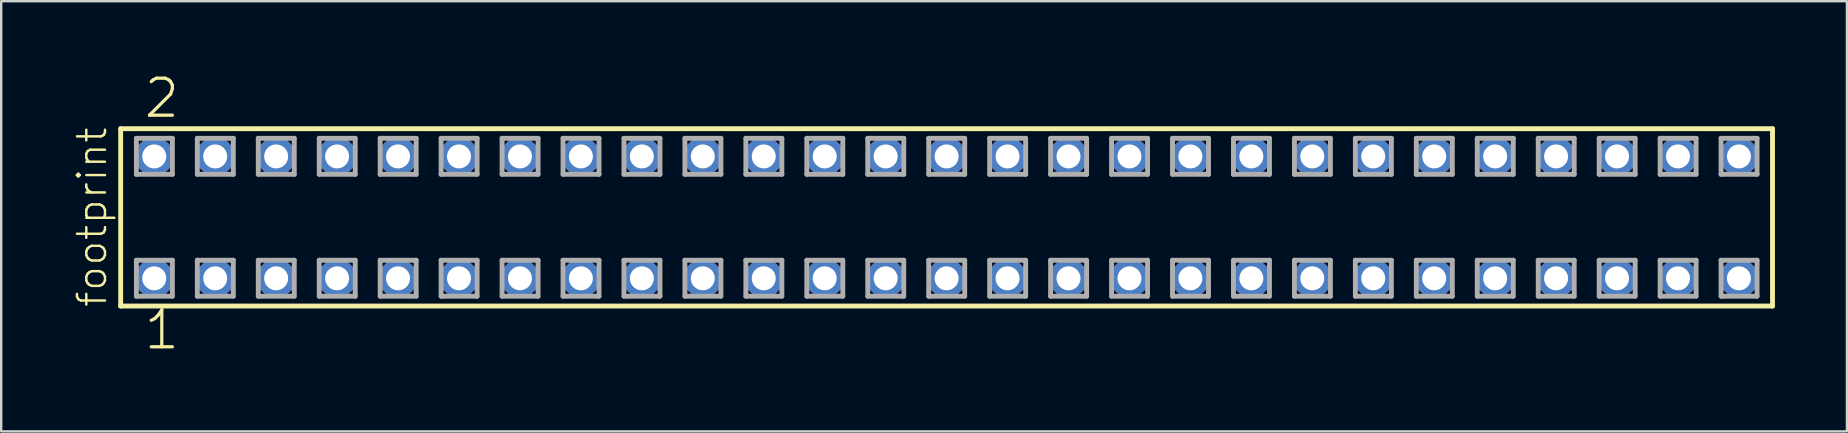
<source format=kicad_pcb>
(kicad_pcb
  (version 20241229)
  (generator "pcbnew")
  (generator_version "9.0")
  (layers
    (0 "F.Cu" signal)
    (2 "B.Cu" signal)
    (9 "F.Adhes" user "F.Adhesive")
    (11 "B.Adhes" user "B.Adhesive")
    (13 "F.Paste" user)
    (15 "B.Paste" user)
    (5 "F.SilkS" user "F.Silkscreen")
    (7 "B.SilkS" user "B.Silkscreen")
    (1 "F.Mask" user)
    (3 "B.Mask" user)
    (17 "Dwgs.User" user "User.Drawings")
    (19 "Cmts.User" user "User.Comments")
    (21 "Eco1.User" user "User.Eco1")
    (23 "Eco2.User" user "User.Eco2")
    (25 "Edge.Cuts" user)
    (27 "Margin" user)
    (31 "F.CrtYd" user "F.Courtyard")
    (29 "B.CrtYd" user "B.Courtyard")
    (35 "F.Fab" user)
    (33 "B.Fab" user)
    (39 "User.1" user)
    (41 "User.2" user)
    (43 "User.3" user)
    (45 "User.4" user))
  (footprint "footprint"
    (layer "F.Cu")
    (at 36.398 6.009)
    (property "Reference" "footprint" (at -34.925 3.81 90) (layer "F.SilkS") (effects (font (size 1.168 1.168) (thickness 0.102)) (justify left bottom)))
    (fp_line (start -34.419 -3.695) (end 34.419 -3.695) (stroke (width 0.203) (type solid)) (layer "F.SilkS"))
    (fp_line (start -34.419 3.695) (end -34.419 -3.695) (stroke (width 0.203) (type solid)) (layer "F.SilkS"))
    (fp_line (start 34.419 -3.695) (end 34.419 3.695) (stroke (width 0.203) (type solid)) (layer "F.SilkS"))
    (fp_line (start 34.419 3.695) (end -34.419 3.695) (stroke (width 0.203) (type solid)) (layer "F.SilkS"))
    (fp_line (start -33.765 -3.295) (end -32.265 -3.295) (stroke (width 0.203) (type solid)) (layer "F.Fab"))
    (fp_line (start -33.765 -1.795) (end -33.765 -3.295) (stroke (width 0.203) (type solid)) (layer "F.Fab"))
    (fp_line (start -33.765 1.785) (end -32.265 1.785) (stroke (width 0.203) (type solid)) (layer "F.Fab"))
    (fp_line (start -33.765 3.285) (end -33.765 1.785) (stroke (width 0.203) (type solid)) (layer "F.Fab"))
    (fp_line (start -32.265 -3.295) (end -32.265 -1.795) (stroke (width 0.203) (type solid)) (layer "F.Fab"))
    (fp_line (start -32.265 -1.795) (end -33.765 -1.795) (stroke (width 0.203) (type solid)) (layer "F.Fab"))
    (fp_line (start -32.265 1.785) (end -32.265 3.285) (stroke (width 0.203) (type solid)) (layer "F.Fab"))
    (fp_line (start -32.265 3.285) (end -33.765 3.285) (stroke (width 0.203) (type solid)) (layer "F.Fab"))
    (fp_line (start -31.225 -3.295) (end -29.725 -3.295) (stroke (width 0.203) (type solid)) (layer "F.Fab"))
    (fp_line (start -31.225 -1.795) (end -31.225 -3.295) (stroke (width 0.203) (type solid)) (layer "F.Fab"))
    (fp_line (start -31.225 1.785) (end -29.725 1.785) (stroke (width 0.203) (type solid)) (layer "F.Fab"))
    (fp_line (start -31.225 3.285) (end -31.225 1.785) (stroke (width 0.203) (type solid)) (layer "F.Fab"))
    (fp_line (start -29.725 -3.295) (end -29.725 -1.795) (stroke (width 0.203) (type solid)) (layer "F.Fab"))
    (fp_line (start -29.725 -1.795) (end -31.225 -1.795) (stroke (width 0.203) (type solid)) (layer "F.Fab"))
    (fp_line (start -29.725 1.785) (end -29.725 3.285) (stroke (width 0.203) (type solid)) (layer "F.Fab"))
    (fp_line (start -29.725 3.285) (end -31.225 3.285) (stroke (width 0.203) (type solid)) (layer "F.Fab"))
    (fp_line (start -28.685 -3.295) (end -27.185 -3.295) (stroke (width 0.203) (type solid)) (layer "F.Fab"))
    (fp_line (start -28.685 -1.795) (end -28.685 -3.295) (stroke (width 0.203) (type solid)) (layer "F.Fab"))
    (fp_line (start -28.685 1.785) (end -27.185 1.785) (stroke (width 0.203) (type solid)) (layer "F.Fab"))
    (fp_line (start -28.685 3.285) (end -28.685 1.785) (stroke (width 0.203) (type solid)) (layer "F.Fab"))
    (fp_line (start -27.185 -3.295) (end -27.185 -1.795) (stroke (width 0.203) (type solid)) (layer "F.Fab"))
    (fp_line (start -27.185 -1.795) (end -28.685 -1.795) (stroke (width 0.203) (type solid)) (layer "F.Fab"))
    (fp_line (start -27.185 1.785) (end -27.185 3.285) (stroke (width 0.203) (type solid)) (layer "F.Fab"))
    (fp_line (start -27.185 3.285) (end -28.685 3.285) (stroke (width 0.203) (type solid)) (layer "F.Fab"))
    (fp_line (start -26.145 -3.295) (end -24.645 -3.295) (stroke (width 0.203) (type solid)) (layer "F.Fab"))
    (fp_line (start -26.145 -1.795) (end -26.145 -3.295) (stroke (width 0.203) (type solid)) (layer "F.Fab"))
    (fp_line (start -26.145 1.785) (end -24.645 1.785) (stroke (width 0.203) (type solid)) (layer "F.Fab"))
    (fp_line (start -26.145 3.285) (end -26.145 1.785) (stroke (width 0.203) (type solid)) (layer "F.Fab"))
    (fp_line (start -24.645 -3.295) (end -24.645 -1.795) (stroke (width 0.203) (type solid)) (layer "F.Fab"))
    (fp_line (start -24.645 -1.795) (end -26.145 -1.795) (stroke (width 0.203) (type solid)) (layer "F.Fab"))
    (fp_line (start -24.645 1.785) (end -24.645 3.285) (stroke (width 0.203) (type solid)) (layer "F.Fab"))
    (fp_line (start -24.645 3.285) (end -26.145 3.285) (stroke (width 0.203) (type solid)) (layer "F.Fab"))
    (fp_line (start -23.605 -3.295) (end -22.105 -3.295) (stroke (width 0.203) (type solid)) (layer "F.Fab"))
    (fp_line (start -23.605 -1.795) (end -23.605 -3.295) (stroke (width 0.203) (type solid)) (layer "F.Fab"))
    (fp_line (start -23.605 1.785) (end -22.105 1.785) (stroke (width 0.203) (type solid)) (layer "F.Fab"))
    (fp_line (start -23.605 3.285) (end -23.605 1.785) (stroke (width 0.203) (type solid)) (layer "F.Fab"))
    (fp_line (start -22.105 -3.295) (end -22.105 -1.795) (stroke (width 0.203) (type solid)) (layer "F.Fab"))
    (fp_line (start -22.105 -1.795) (end -23.605 -1.795) (stroke (width 0.203) (type solid)) (layer "F.Fab"))
    (fp_line (start -22.105 1.785) (end -22.105 3.285) (stroke (width 0.203) (type solid)) (layer "F.Fab"))
    (fp_line (start -22.105 3.285) (end -23.605 3.285) (stroke (width 0.203) (type solid)) (layer "F.Fab"))
    (fp_line (start -21.065 -3.295) (end -19.565 -3.295) (stroke (width 0.203) (type solid)) (layer "F.Fab"))
    (fp_line (start -21.065 -1.795) (end -21.065 -3.295) (stroke (width 0.203) (type solid)) (layer "F.Fab"))
    (fp_line (start -21.065 1.785) (end -19.565 1.785) (stroke (width 0.203) (type solid)) (layer "F.Fab"))
    (fp_line (start -21.065 3.285) (end -21.065 1.785) (stroke (width 0.203) (type solid)) (layer "F.Fab"))
    (fp_line (start -19.565 -3.295) (end -19.565 -1.795) (stroke (width 0.203) (type solid)) (layer "F.Fab"))
    (fp_line (start -19.565 -1.795) (end -21.065 -1.795) (stroke (width 0.203) (type solid)) (layer "F.Fab"))
    (fp_line (start -19.565 1.785) (end -19.565 3.285) (stroke (width 0.203) (type solid)) (layer "F.Fab"))
    (fp_line (start -19.565 3.285) (end -21.065 3.285) (stroke (width 0.203) (type solid)) (layer "F.Fab"))
    (fp_line (start -18.525 -3.295) (end -17.025 -3.295) (stroke (width 0.203) (type solid)) (layer "F.Fab"))
    (fp_line (start -18.525 -1.795) (end -18.525 -3.295) (stroke (width 0.203) (type solid)) (layer "F.Fab"))
    (fp_line (start -18.525 1.785) (end -17.025 1.785) (stroke (width 0.203) (type solid)) (layer "F.Fab"))
    (fp_line (start -18.525 3.285) (end -18.525 1.785) (stroke (width 0.203) (type solid)) (layer "F.Fab"))
    (fp_line (start -17.025 -3.295) (end -17.025 -1.795) (stroke (width 0.203) (type solid)) (layer "F.Fab"))
    (fp_line (start -17.025 -1.795) (end -18.525 -1.795) (stroke (width 0.203) (type solid)) (layer "F.Fab"))
    (fp_line (start -17.025 1.785) (end -17.025 3.285) (stroke (width 0.203) (type solid)) (layer "F.Fab"))
    (fp_line (start -17.025 3.285) (end -18.525 3.285) (stroke (width 0.203) (type solid)) (layer "F.Fab"))
    (fp_line (start -15.985 -3.295) (end -14.485 -3.295) (stroke (width 0.203) (type solid)) (layer "F.Fab"))
    (fp_line (start -15.985 -1.795) (end -15.985 -3.295) (stroke (width 0.203) (type solid)) (layer "F.Fab"))
    (fp_line (start -15.985 1.785) (end -14.485 1.785) (stroke (width 0.203) (type solid)) (layer "F.Fab"))
    (fp_line (start -15.985 3.285) (end -15.985 1.785) (stroke (width 0.203) (type solid)) (layer "F.Fab"))
    (fp_line (start -14.485 -3.295) (end -14.485 -1.795) (stroke (width 0.203) (type solid)) (layer "F.Fab"))
    (fp_line (start -14.485 -1.795) (end -15.985 -1.795) (stroke (width 0.203) (type solid)) (layer "F.Fab"))
    (fp_line (start -14.485 1.785) (end -14.485 3.285) (stroke (width 0.203) (type solid)) (layer "F.Fab"))
    (fp_line (start -14.485 3.285) (end -15.985 3.285) (stroke (width 0.203) (type solid)) (layer "F.Fab"))
    (fp_line (start -13.445 -3.295) (end -11.945 -3.295) (stroke (width 0.203) (type solid)) (layer "F.Fab"))
    (fp_line (start -13.445 -1.795) (end -13.445 -3.295) (stroke (width 0.203) (type solid)) (layer "F.Fab"))
    (fp_line (start -13.445 1.785) (end -11.945 1.785) (stroke (width 0.203) (type solid)) (layer "F.Fab"))
    (fp_line (start -13.445 3.285) (end -13.445 1.785) (stroke (width 0.203) (type solid)) (layer "F.Fab"))
    (fp_line (start -11.945 -3.295) (end -11.945 -1.795) (stroke (width 0.203) (type solid)) (layer "F.Fab"))
    (fp_line (start -11.945 -1.795) (end -13.445 -1.795) (stroke (width 0.203) (type solid)) (layer "F.Fab"))
    (fp_line (start -11.945 1.785) (end -11.945 3.285) (stroke (width 0.203) (type solid)) (layer "F.Fab"))
    (fp_line (start -11.945 3.285) (end -13.445 3.285) (stroke (width 0.203) (type solid)) (layer "F.Fab"))
    (fp_line (start -10.905 -3.295) (end -9.405 -3.295) (stroke (width 0.203) (type solid)) (layer "F.Fab"))
    (fp_line (start -10.905 -1.795) (end -10.905 -3.295) (stroke (width 0.203) (type solid)) (layer "F.Fab"))
    (fp_line (start -10.905 1.785) (end -9.405 1.785) (stroke (width 0.203) (type solid)) (layer "F.Fab"))
    (fp_line (start -10.905 3.285) (end -10.905 1.785) (stroke (width 0.203) (type solid)) (layer "F.Fab"))
    (fp_line (start -9.405 -3.295) (end -9.405 -1.795) (stroke (width 0.203) (type solid)) (layer "F.Fab"))
    (fp_line (start -9.405 -1.795) (end -10.905 -1.795) (stroke (width 0.203) (type solid)) (layer "F.Fab"))
    (fp_line (start -9.405 1.785) (end -9.405 3.285) (stroke (width 0.203) (type solid)) (layer "F.Fab"))
    (fp_line (start -9.405 3.285) (end -10.905 3.285) (stroke (width 0.203) (type solid)) (layer "F.Fab"))
    (fp_line (start -8.365 -3.295) (end -6.865 -3.295) (stroke (width 0.203) (type solid)) (layer "F.Fab"))
    (fp_line (start -8.365 -1.795) (end -8.365 -3.295) (stroke (width 0.203) (type solid)) (layer "F.Fab"))
    (fp_line (start -8.365 1.785) (end -6.865 1.785) (stroke (width 0.203) (type solid)) (layer "F.Fab"))
    (fp_line (start -8.365 3.285) (end -8.365 1.785) (stroke (width 0.203) (type solid)) (layer "F.Fab"))
    (fp_line (start -6.865 -3.295) (end -6.865 -1.795) (stroke (width 0.203) (type solid)) (layer "F.Fab"))
    (fp_line (start -6.865 -1.795) (end -8.365 -1.795) (stroke (width 0.203) (type solid)) (layer "F.Fab"))
    (fp_line (start -6.865 1.785) (end -6.865 3.285) (stroke (width 0.203) (type solid)) (layer "F.Fab"))
    (fp_line (start -6.865 3.285) (end -8.365 3.285) (stroke (width 0.203) (type solid)) (layer "F.Fab"))
    (fp_line (start -5.825 -3.295) (end -4.325 -3.295) (stroke (width 0.203) (type solid)) (layer "F.Fab"))
    (fp_line (start -5.825 -1.795) (end -5.825 -3.295) (stroke (width 0.203) (type solid)) (layer "F.Fab"))
    (fp_line (start -5.825 1.785) (end -4.325 1.785) (stroke (width 0.203) (type solid)) (layer "F.Fab"))
    (fp_line (start -5.825 3.285) (end -5.825 1.785) (stroke (width 0.203) (type solid)) (layer "F.Fab"))
    (fp_line (start -4.325 -3.295) (end -4.325 -1.795) (stroke (width 0.203) (type solid)) (layer "F.Fab"))
    (fp_line (start -4.325 -1.795) (end -5.825 -1.795) (stroke (width 0.203) (type solid)) (layer "F.Fab"))
    (fp_line (start -4.325 1.785) (end -4.325 3.285) (stroke (width 0.203) (type solid)) (layer "F.Fab"))
    (fp_line (start -4.325 3.285) (end -5.825 3.285) (stroke (width 0.203) (type solid)) (layer "F.Fab"))
    (fp_line (start -3.285 -3.295) (end -1.785 -3.295) (stroke (width 0.203) (type solid)) (layer "F.Fab"))
    (fp_line (start -3.285 -1.795) (end -3.285 -3.295) (stroke (width 0.203) (type solid)) (layer "F.Fab"))
    (fp_line (start -3.285 1.785) (end -1.785 1.785) (stroke (width 0.203) (type solid)) (layer "F.Fab"))
    (fp_line (start -3.285 3.285) (end -3.285 1.785) (stroke (width 0.203) (type solid)) (layer "F.Fab"))
    (fp_line (start -1.785 -3.295) (end -1.785 -1.795) (stroke (width 0.203) (type solid)) (layer "F.Fab"))
    (fp_line (start -1.785 -1.795) (end -3.285 -1.795) (stroke (width 0.203) (type solid)) (layer "F.Fab"))
    (fp_line (start -1.785 1.785) (end -1.785 3.285) (stroke (width 0.203) (type solid)) (layer "F.Fab"))
    (fp_line (start -1.785 3.285) (end -3.285 3.285) (stroke (width 0.203) (type solid)) (layer "F.Fab"))
    (fp_line (start -0.745 -3.295) (end 0.755 -3.295) (stroke (width 0.203) (type solid)) (layer "F.Fab"))
    (fp_line (start -0.745 -1.795) (end -0.745 -3.295) (stroke (width 0.203) (type solid)) (layer "F.Fab"))
    (fp_line (start -0.745 1.785) (end 0.755 1.785) (stroke (width 0.203) (type solid)) (layer "F.Fab"))
    (fp_line (start -0.745 3.285) (end -0.745 1.785) (stroke (width 0.203) (type solid)) (layer "F.Fab"))
    (fp_line (start 0.755 -3.295) (end 0.755 -1.795) (stroke (width 0.203) (type solid)) (layer "F.Fab"))
    (fp_line (start 0.755 -1.795) (end -0.745 -1.795) (stroke (width 0.203) (type solid)) (layer "F.Fab"))
    (fp_line (start 0.755 1.785) (end 0.755 3.285) (stroke (width 0.203) (type solid)) (layer "F.Fab"))
    (fp_line (start 0.755 3.285) (end -0.745 3.285) (stroke (width 0.203) (type solid)) (layer "F.Fab"))
    (fp_line (start 1.795 -3.295) (end 3.295 -3.295) (stroke (width 0.203) (type solid)) (layer "F.Fab"))
    (fp_line (start 1.795 -1.795) (end 1.795 -3.295) (stroke (width 0.203) (type solid)) (layer "F.Fab"))
    (fp_line (start 1.795 1.785) (end 3.295 1.785) (stroke (width 0.203) (type solid)) (layer "F.Fab"))
    (fp_line (start 1.795 3.285) (end 1.795 1.785) (stroke (width 0.203) (type solid)) (layer "F.Fab"))
    (fp_line (start 3.295 -3.295) (end 3.295 -1.795) (stroke (width 0.203) (type solid)) (layer "F.Fab"))
    (fp_line (start 3.295 -1.795) (end 1.795 -1.795) (stroke (width 0.203) (type solid)) (layer "F.Fab"))
    (fp_line (start 3.295 1.785) (end 3.295 3.285) (stroke (width 0.203) (type solid)) (layer "F.Fab"))
    (fp_line (start 3.295 3.285) (end 1.795 3.285) (stroke (width 0.203) (type solid)) (layer "F.Fab"))
    (fp_line (start 4.335 -3.295) (end 5.835 -3.295) (stroke (width 0.203) (type solid)) (layer "F.Fab"))
    (fp_line (start 4.335 -1.795) (end 4.335 -3.295) (stroke (width 0.203) (type solid)) (layer "F.Fab"))
    (fp_line (start 4.335 1.785) (end 5.835 1.785) (stroke (width 0.203) (type solid)) (layer "F.Fab"))
    (fp_line (start 4.335 3.285) (end 4.335 1.785) (stroke (width 0.203) (type solid)) (layer "F.Fab"))
    (fp_line (start 5.835 -3.295) (end 5.835 -1.795) (stroke (width 0.203) (type solid)) (layer "F.Fab"))
    (fp_line (start 5.835 -1.795) (end 4.335 -1.795) (stroke (width 0.203) (type solid)) (layer "F.Fab"))
    (fp_line (start 5.835 1.785) (end 5.835 3.285) (stroke (width 0.203) (type solid)) (layer "F.Fab"))
    (fp_line (start 5.835 3.285) (end 4.335 3.285) (stroke (width 0.203) (type solid)) (layer "F.Fab"))
    (fp_line (start 6.875 -3.295) (end 8.375 -3.295) (stroke (width 0.203) (type solid)) (layer "F.Fab"))
    (fp_line (start 6.875 -1.795) (end 6.875 -3.295) (stroke (width 0.203) (type solid)) (layer "F.Fab"))
    (fp_line (start 6.875 1.785) (end 8.375 1.785) (stroke (width 0.203) (type solid)) (layer "F.Fab"))
    (fp_line (start 6.875 3.285) (end 6.875 1.785) (stroke (width 0.203) (type solid)) (layer "F.Fab"))
    (fp_line (start 8.375 -3.295) (end 8.375 -1.795) (stroke (width 0.203) (type solid)) (layer "F.Fab"))
    (fp_line (start 8.375 -1.795) (end 6.875 -1.795) (stroke (width 0.203) (type solid)) (layer "F.Fab"))
    (fp_line (start 8.375 1.785) (end 8.375 3.285) (stroke (width 0.203) (type solid)) (layer "F.Fab"))
    (fp_line (start 8.375 3.285) (end 6.875 3.285) (stroke (width 0.203) (type solid)) (layer "F.Fab"))
    (fp_line (start 9.415 -3.295) (end 10.915 -3.295) (stroke (width 0.203) (type solid)) (layer "F.Fab"))
    (fp_line (start 9.415 -1.795) (end 9.415 -3.295) (stroke (width 0.203) (type solid)) (layer "F.Fab"))
    (fp_line (start 9.415 1.785) (end 10.915 1.785) (stroke (width 0.203) (type solid)) (layer "F.Fab"))
    (fp_line (start 9.415 3.285) (end 9.415 1.785) (stroke (width 0.203) (type solid)) (layer "F.Fab"))
    (fp_line (start 10.915 -3.295) (end 10.915 -1.795) (stroke (width 0.203) (type solid)) (layer "F.Fab"))
    (fp_line (start 10.915 -1.795) (end 9.415 -1.795) (stroke (width 0.203) (type solid)) (layer "F.Fab"))
    (fp_line (start 10.915 1.785) (end 10.915 3.285) (stroke (width 0.203) (type solid)) (layer "F.Fab"))
    (fp_line (start 10.915 3.285) (end 9.415 3.285) (stroke (width 0.203) (type solid)) (layer "F.Fab"))
    (fp_line (start 11.955 -3.295) (end 13.455 -3.295) (stroke (width 0.203) (type solid)) (layer "F.Fab"))
    (fp_line (start 11.955 -1.795) (end 11.955 -3.295) (stroke (width 0.203) (type solid)) (layer "F.Fab"))
    (fp_line (start 11.955 1.785) (end 13.455 1.785) (stroke (width 0.203) (type solid)) (layer "F.Fab"))
    (fp_line (start 11.955 3.285) (end 11.955 1.785) (stroke (width 0.203) (type solid)) (layer "F.Fab"))
    (fp_line (start 13.455 -3.295) (end 13.455 -1.795) (stroke (width 0.203) (type solid)) (layer "F.Fab"))
    (fp_line (start 13.455 -1.795) (end 11.955 -1.795) (stroke (width 0.203) (type solid)) (layer "F.Fab"))
    (fp_line (start 13.455 1.785) (end 13.455 3.285) (stroke (width 0.203) (type solid)) (layer "F.Fab"))
    (fp_line (start 13.455 3.285) (end 11.955 3.285) (stroke (width 0.203) (type solid)) (layer "F.Fab"))
    (fp_line (start 14.495 -3.295) (end 15.995 -3.295) (stroke (width 0.203) (type solid)) (layer "F.Fab"))
    (fp_line (start 14.495 -1.795) (end 14.495 -3.295) (stroke (width 0.203) (type solid)) (layer "F.Fab"))
    (fp_line (start 14.495 1.785) (end 15.995 1.785) (stroke (width 0.203) (type solid)) (layer "F.Fab"))
    (fp_line (start 14.495 3.285) (end 14.495 1.785) (stroke (width 0.203) (type solid)) (layer "F.Fab"))
    (fp_line (start 15.995 -3.295) (end 15.995 -1.795) (stroke (width 0.203) (type solid)) (layer "F.Fab"))
    (fp_line (start 15.995 -1.795) (end 14.495 -1.795) (stroke (width 0.203) (type solid)) (layer "F.Fab"))
    (fp_line (start 15.995 1.785) (end 15.995 3.285) (stroke (width 0.203) (type solid)) (layer "F.Fab"))
    (fp_line (start 15.995 3.285) (end 14.495 3.285) (stroke (width 0.203) (type solid)) (layer "F.Fab"))
    (fp_line (start 17.035 -3.295) (end 18.535 -3.295) (stroke (width 0.203) (type solid)) (layer "F.Fab"))
    (fp_line (start 17.035 -1.795) (end 17.035 -3.295) (stroke (width 0.203) (type solid)) (layer "F.Fab"))
    (fp_line (start 17.035 1.785) (end 18.535 1.785) (stroke (width 0.203) (type solid)) (layer "F.Fab"))
    (fp_line (start 17.035 3.285) (end 17.035 1.785) (stroke (width 0.203) (type solid)) (layer "F.Fab"))
    (fp_line (start 18.535 -3.295) (end 18.535 -1.795) (stroke (width 0.203) (type solid)) (layer "F.Fab"))
    (fp_line (start 18.535 -1.795) (end 17.035 -1.795) (stroke (width 0.203) (type solid)) (layer "F.Fab"))
    (fp_line (start 18.535 1.785) (end 18.535 3.285) (stroke (width 0.203) (type solid)) (layer "F.Fab"))
    (fp_line (start 18.535 3.285) (end 17.035 3.285) (stroke (width 0.203) (type solid)) (layer "F.Fab"))
    (fp_line (start 19.575 -3.295) (end 21.075 -3.295) (stroke (width 0.203) (type solid)) (layer "F.Fab"))
    (fp_line (start 19.575 -1.795) (end 19.575 -3.295) (stroke (width 0.203) (type solid)) (layer "F.Fab"))
    (fp_line (start 19.575 1.785) (end 21.075 1.785) (stroke (width 0.203) (type solid)) (layer "F.Fab"))
    (fp_line (start 19.575 3.285) (end 19.575 1.785) (stroke (width 0.203) (type solid)) (layer "F.Fab"))
    (fp_line (start 21.075 -3.295) (end 21.075 -1.795) (stroke (width 0.203) (type solid)) (layer "F.Fab"))
    (fp_line (start 21.075 -1.795) (end 19.575 -1.795) (stroke (width 0.203) (type solid)) (layer "F.Fab"))
    (fp_line (start 21.075 1.785) (end 21.075 3.285) (stroke (width 0.203) (type solid)) (layer "F.Fab"))
    (fp_line (start 21.075 3.285) (end 19.575 3.285) (stroke (width 0.203) (type solid)) (layer "F.Fab"))
    (fp_line (start 22.115 -3.295) (end 23.615 -3.295) (stroke (width 0.203) (type solid)) (layer "F.Fab"))
    (fp_line (start 22.115 -1.795) (end 22.115 -3.295) (stroke (width 0.203) (type solid)) (layer "F.Fab"))
    (fp_line (start 22.115 1.785) (end 23.615 1.785) (stroke (width 0.203) (type solid)) (layer "F.Fab"))
    (fp_line (start 22.115 3.285) (end 22.115 1.785) (stroke (width 0.203) (type solid)) (layer "F.Fab"))
    (fp_line (start 23.615 -3.295) (end 23.615 -1.795) (stroke (width 0.203) (type solid)) (layer "F.Fab"))
    (fp_line (start 23.615 -1.795) (end 22.115 -1.795) (stroke (width 0.203) (type solid)) (layer "F.Fab"))
    (fp_line (start 23.615 1.785) (end 23.615 3.285) (stroke (width 0.203) (type solid)) (layer "F.Fab"))
    (fp_line (start 23.615 3.285) (end 22.115 3.285) (stroke (width 0.203) (type solid)) (layer "F.Fab"))
    (fp_line (start 24.655 -3.295) (end 26.155 -3.295) (stroke (width 0.203) (type solid)) (layer "F.Fab"))
    (fp_line (start 24.655 -1.795) (end 24.655 -3.295) (stroke (width 0.203) (type solid)) (layer "F.Fab"))
    (fp_line (start 24.655 1.785) (end 26.155 1.785) (stroke (width 0.203) (type solid)) (layer "F.Fab"))
    (fp_line (start 24.655 3.285) (end 24.655 1.785) (stroke (width 0.203) (type solid)) (layer "F.Fab"))
    (fp_line (start 26.155 -3.295) (end 26.155 -1.795) (stroke (width 0.203) (type solid)) (layer "F.Fab"))
    (fp_line (start 26.155 -1.795) (end 24.655 -1.795) (stroke (width 0.203) (type solid)) (layer "F.Fab"))
    (fp_line (start 26.155 1.785) (end 26.155 3.285) (stroke (width 0.203) (type solid)) (layer "F.Fab"))
    (fp_line (start 26.155 3.285) (end 24.655 3.285) (stroke (width 0.203) (type solid)) (layer "F.Fab"))
    (fp_line (start 27.195 -3.295) (end 28.695 -3.295) (stroke (width 0.203) (type solid)) (layer "F.Fab"))
    (fp_line (start 27.195 -1.795) (end 27.195 -3.295) (stroke (width 0.203) (type solid)) (layer "F.Fab"))
    (fp_line (start 27.195 1.785) (end 28.695 1.785) (stroke (width 0.203) (type solid)) (layer "F.Fab"))
    (fp_line (start 27.195 3.285) (end 27.195 1.785) (stroke (width 0.203) (type solid)) (layer "F.Fab"))
    (fp_line (start 28.695 -3.295) (end 28.695 -1.795) (stroke (width 0.203) (type solid)) (layer "F.Fab"))
    (fp_line (start 28.695 -1.795) (end 27.195 -1.795) (stroke (width 0.203) (type solid)) (layer "F.Fab"))
    (fp_line (start 28.695 1.785) (end 28.695 3.285) (stroke (width 0.203) (type solid)) (layer "F.Fab"))
    (fp_line (start 28.695 3.285) (end 27.195 3.285) (stroke (width 0.203) (type solid)) (layer "F.Fab"))
    (fp_line (start 29.735 -3.295) (end 31.235 -3.295) (stroke (width 0.203) (type solid)) (layer "F.Fab"))
    (fp_line (start 29.735 -1.795) (end 29.735 -3.295) (stroke (width 0.203) (type solid)) (layer "F.Fab"))
    (fp_line (start 29.735 1.785) (end 31.235 1.785) (stroke (width 0.203) (type solid)) (layer "F.Fab"))
    (fp_line (start 29.735 3.285) (end 29.735 1.785) (stroke (width 0.203) (type solid)) (layer "F.Fab"))
    (fp_line (start 31.235 -3.295) (end 31.235 -1.795) (stroke (width 0.203) (type solid)) (layer "F.Fab"))
    (fp_line (start 31.235 -1.795) (end 29.735 -1.795) (stroke (width 0.203) (type solid)) (layer "F.Fab"))
    (fp_line (start 31.235 1.785) (end 31.235 3.285) (stroke (width 0.203) (type solid)) (layer "F.Fab"))
    (fp_line (start 31.235 3.285) (end 29.735 3.285) (stroke (width 0.203) (type solid)) (layer "F.Fab"))
    (fp_line (start 32.275 -3.295) (end 33.775 -3.295) (stroke (width 0.203) (type solid)) (layer "F.Fab"))
    (fp_line (start 32.275 -1.795) (end 32.275 -3.295) (stroke (width 0.203) (type solid)) (layer "F.Fab"))
    (fp_line (start 32.275 1.785) (end 33.775 1.785) (stroke (width 0.203) (type solid)) (layer "F.Fab"))
    (fp_line (start 32.275 3.285) (end 32.275 1.785) (stroke (width 0.203) (type solid)) (layer "F.Fab"))
    (fp_line (start 33.775 -3.295) (end 33.775 -1.795) (stroke (width 0.203) (type solid)) (layer "F.Fab"))
    (fp_line (start 33.775 -1.795) (end 32.275 -1.795) (stroke (width 0.203) (type solid)) (layer "F.Fab"))
    (fp_line (start 33.775 1.785) (end 33.775 3.285) (stroke (width 0.203) (type solid)) (layer "F.Fab"))
    (fp_line (start 33.775 3.285) (end 32.275 3.285) (stroke (width 0.203) (type solid)) (layer "F.Fab"))
    (fp_text user "1" (at -33.528 5.588 0) (layer "F.SilkS") (effects (font (size 1.542 1.542) (thickness 0.134)) (justify left bottom)))
    (fp_text user "2" (at -33.528 -4.064 0) (layer "F.SilkS") (effects (font (size 1.542 1.542) (thickness 0.134)) (justify left bottom)))
    (pad "1" thru_hole roundrect (at -33.02 2.54) (size 1.5 1.5) (drill 1) (layers "*.Cu" "*.Mask") (roundrect_rratio 0.25) (chamfer_ratio 0.25) (chamfer top_left top_right bottom_left bottom_right))
    (pad "2" thru_hole roundrect (at -33.02 -2.54) (size 1.5 1.5) (drill 1) (layers "*.Cu" "*.Mask") (roundrect_rratio 0.25) (chamfer_ratio 0.25) (chamfer top_left top_right bottom_left bottom_right))
    (pad "3" thru_hole roundrect (at -30.48 2.54) (size 1.5 1.5) (drill 1) (layers "*.Cu" "*.Mask") (roundrect_rratio 0.25) (chamfer_ratio 0.25) (chamfer top_left top_right bottom_left bottom_right))
    (pad "4" thru_hole roundrect (at -30.48 -2.54) (size 1.5 1.5) (drill 1) (layers "*.Cu" "*.Mask") (roundrect_rratio 0.25) (chamfer_ratio 0.25) (chamfer top_left top_right bottom_left bottom_right))
    (pad "5" thru_hole roundrect (at -27.94 2.54) (size 1.5 1.5) (drill 1) (layers "*.Cu" "*.Mask") (roundrect_rratio 0.25) (chamfer_ratio 0.25) (chamfer top_left top_right bottom_left bottom_right))
    (pad "6" thru_hole roundrect (at -27.94 -2.54) (size 1.5 1.5) (drill 1) (layers "*.Cu" "*.Mask") (roundrect_rratio 0.25) (chamfer_ratio 0.25) (chamfer top_left top_right bottom_left bottom_right))
    (pad "7" thru_hole roundrect (at -25.4 2.54) (size 1.5 1.5) (drill 1) (layers "*.Cu" "*.Mask") (roundrect_rratio 0.25) (chamfer_ratio 0.25) (chamfer top_left top_right bottom_left bottom_right))
    (pad "8" thru_hole roundrect (at -25.4 -2.54) (size 1.5 1.5) (drill 1) (layers "*.Cu" "*.Mask") (roundrect_rratio 0.25) (chamfer_ratio 0.25) (chamfer top_left top_right bottom_left bottom_right))
    (pad "9" thru_hole roundrect (at -22.86 2.54) (size 1.5 1.5) (drill 1) (layers "*.Cu" "*.Mask") (roundrect_rratio 0.25) (chamfer_ratio 0.25) (chamfer top_left top_right bottom_left bottom_right))
    (pad "10" thru_hole roundrect (at -22.86 -2.54) (size 1.5 1.5) (drill 1) (layers "*.Cu" "*.Mask") (roundrect_rratio 0.25) (chamfer_ratio 0.25) (chamfer top_left top_right bottom_left bottom_right))
    (pad "11" thru_hole roundrect (at -20.32 2.54) (size 1.5 1.5) (drill 1) (layers "*.Cu" "*.Mask") (roundrect_rratio 0.25) (chamfer_ratio 0.25) (chamfer top_left top_right bottom_left bottom_right))
    (pad "12" thru_hole roundrect (at -20.32 -2.54) (size 1.5 1.5) (drill 1) (layers "*.Cu" "*.Mask") (roundrect_rratio 0.25) (chamfer_ratio 0.25) (chamfer top_left top_right bottom_left bottom_right))
    (pad "13" thru_hole roundrect (at -17.78 2.54) (size 1.5 1.5) (drill 1) (layers "*.Cu" "*.Mask") (roundrect_rratio 0.25) (chamfer_ratio 0.25) (chamfer top_left top_right bottom_left bottom_right))
    (pad "14" thru_hole roundrect (at -17.78 -2.54) (size 1.5 1.5) (drill 1) (layers "*.Cu" "*.Mask") (roundrect_rratio 0.25) (chamfer_ratio 0.25) (chamfer top_left top_right bottom_left bottom_right))
    (pad "15" thru_hole roundrect (at -15.24 2.54) (size 1.5 1.5) (drill 1) (layers "*.Cu" "*.Mask") (roundrect_rratio 0.25) (chamfer_ratio 0.25) (chamfer top_left top_right bottom_left bottom_right))
    (pad "16" thru_hole roundrect (at -15.24 -2.54) (size 1.5 1.5) (drill 1) (layers "*.Cu" "*.Mask") (roundrect_rratio 0.25) (chamfer_ratio 0.25) (chamfer top_left top_right bottom_left bottom_right))
    (pad "17" thru_hole roundrect (at -12.7 2.54) (size 1.5 1.5) (drill 1) (layers "*.Cu" "*.Mask") (roundrect_rratio 0.25) (chamfer_ratio 0.25) (chamfer top_left top_right bottom_left bottom_right))
    (pad "18" thru_hole roundrect (at -12.7 -2.54) (size 1.5 1.5) (drill 1) (layers "*.Cu" "*.Mask") (roundrect_rratio 0.25) (chamfer_ratio 0.25) (chamfer top_left top_right bottom_left bottom_right))
    (pad "19" thru_hole roundrect (at -10.16 2.54) (size 1.5 1.5) (drill 1) (layers "*.Cu" "*.Mask") (roundrect_rratio 0.25) (chamfer_ratio 0.25) (chamfer top_left top_right bottom_left bottom_right))
    (pad "20" thru_hole roundrect (at -10.16 -2.54) (size 1.5 1.5) (drill 1) (layers "*.Cu" "*.Mask") (roundrect_rratio 0.25) (chamfer_ratio 0.25) (chamfer top_left top_right bottom_left bottom_right))
    (pad "21" thru_hole roundrect (at -7.62 2.54) (size 1.5 1.5) (drill 1) (layers "*.Cu" "*.Mask") (roundrect_rratio 0.25) (chamfer_ratio 0.25) (chamfer top_left top_right bottom_left bottom_right))
    (pad "22" thru_hole roundrect (at -7.62 -2.54) (size 1.5 1.5) (drill 1) (layers "*.Cu" "*.Mask") (roundrect_rratio 0.25) (chamfer_ratio 0.25) (chamfer top_left top_right bottom_left bottom_right))
    (pad "23" thru_hole roundrect (at -5.08 2.54) (size 1.5 1.5) (drill 1) (layers "*.Cu" "*.Mask") (roundrect_rratio 0.25) (chamfer_ratio 0.25) (chamfer top_left top_right bottom_left bottom_right))
    (pad "24" thru_hole roundrect (at -5.08 -2.54) (size 1.5 1.5) (drill 1) (layers "*.Cu" "*.Mask") (roundrect_rratio 0.25) (chamfer_ratio 0.25) (chamfer top_left top_right bottom_left bottom_right))
    (pad "25" thru_hole roundrect (at -2.54 2.54) (size 1.5 1.5) (drill 1) (layers "*.Cu" "*.Mask") (roundrect_rratio 0.25) (chamfer_ratio 0.25) (chamfer top_left top_right bottom_left bottom_right))
    (pad "26" thru_hole roundrect (at -2.54 -2.54) (size 1.5 1.5) (drill 1) (layers "*.Cu" "*.Mask") (roundrect_rratio 0.25) (chamfer_ratio 0.25) (chamfer top_left top_right bottom_left bottom_right))
    (pad "27" thru_hole roundrect (at 0 2.54) (size 1.5 1.5) (drill 1) (layers "*.Cu" "*.Mask") (roundrect_rratio 0.25) (chamfer_ratio 0.25) (chamfer top_left top_right bottom_left bottom_right))
    (pad "28" thru_hole roundrect (at 0 -2.54) (size 1.5 1.5) (drill 1) (layers "*.Cu" "*.Mask") (roundrect_rratio 0.25) (chamfer_ratio 0.25) (chamfer top_left top_right bottom_left bottom_right))
    (pad "29" thru_hole roundrect (at 2.54 2.54) (size 1.5 1.5) (drill 1) (layers "*.Cu" "*.Mask") (roundrect_rratio 0.25) (chamfer_ratio 0.25) (chamfer top_left top_right bottom_left bottom_right))
    (pad "30" thru_hole roundrect (at 2.54 -2.54) (size 1.5 1.5) (drill 1) (layers "*.Cu" "*.Mask") (roundrect_rratio 0.25) (chamfer_ratio 0.25) (chamfer top_left top_right bottom_left bottom_right))
    (pad "31" thru_hole roundrect (at 5.08 2.54) (size 1.5 1.5) (drill 1) (layers "*.Cu" "*.Mask") (roundrect_rratio 0.25) (chamfer_ratio 0.25) (chamfer top_left top_right bottom_left bottom_right))
    (pad "32" thru_hole roundrect (at 5.08 -2.54) (size 1.5 1.5) (drill 1) (layers "*.Cu" "*.Mask") (roundrect_rratio 0.25) (chamfer_ratio 0.25) (chamfer top_left top_right bottom_left bottom_right))
    (pad "33" thru_hole roundrect (at 7.62 2.54) (size 1.5 1.5) (drill 1) (layers "*.Cu" "*.Mask") (roundrect_rratio 0.25) (chamfer_ratio 0.25) (chamfer top_left top_right bottom_left bottom_right))
    (pad "34" thru_hole roundrect (at 7.62 -2.54) (size 1.5 1.5) (drill 1) (layers "*.Cu" "*.Mask") (roundrect_rratio 0.25) (chamfer_ratio 0.25) (chamfer top_left top_right bottom_left bottom_right))
    (pad "35" thru_hole roundrect (at 10.16 2.54) (size 1.5 1.5) (drill 1) (layers "*.Cu" "*.Mask") (roundrect_rratio 0.25) (chamfer_ratio 0.25) (chamfer top_left top_right bottom_left bottom_right))
    (pad "36" thru_hole roundrect (at 10.16 -2.54) (size 1.5 1.5) (drill 1) (layers "*.Cu" "*.Mask") (roundrect_rratio 0.25) (chamfer_ratio 0.25) (chamfer top_left top_right bottom_left bottom_right))
    (pad "37" thru_hole roundrect (at 12.7 2.54) (size 1.5 1.5) (drill 1) (layers "*.Cu" "*.Mask") (roundrect_rratio 0.25) (chamfer_ratio 0.25) (chamfer top_left top_right bottom_left bottom_right))
    (pad "38" thru_hole roundrect (at 12.7 -2.54) (size 1.5 1.5) (drill 1) (layers "*.Cu" "*.Mask") (roundrect_rratio 0.25) (chamfer_ratio 0.25) (chamfer top_left top_right bottom_left bottom_right))
    (pad "39" thru_hole roundrect (at 15.24 2.54) (size 1.5 1.5) (drill 1) (layers "*.Cu" "*.Mask") (roundrect_rratio 0.25) (chamfer_ratio 0.25) (chamfer top_left top_right bottom_left bottom_right))
    (pad "40" thru_hole roundrect (at 15.24 -2.54) (size 1.5 1.5) (drill 1) (layers "*.Cu" "*.Mask") (roundrect_rratio 0.25) (chamfer_ratio 0.25) (chamfer top_left top_right bottom_left bottom_right))
    (pad "41" thru_hole roundrect (at 17.78 2.54) (size 1.5 1.5) (drill 1) (layers "*.Cu" "*.Mask") (roundrect_rratio 0.25) (chamfer_ratio 0.25) (chamfer top_left top_right bottom_left bottom_right))
    (pad "42" thru_hole roundrect (at 17.78 -2.54) (size 1.5 1.5) (drill 1) (layers "*.Cu" "*.Mask") (roundrect_rratio 0.25) (chamfer_ratio 0.25) (chamfer top_left top_right bottom_left bottom_right))
    (pad "43" thru_hole roundrect (at 20.32 2.54) (size 1.5 1.5) (drill 1) (layers "*.Cu" "*.Mask") (roundrect_rratio 0.25) (chamfer_ratio 0.25) (chamfer top_left top_right bottom_left bottom_right))
    (pad "44" thru_hole roundrect (at 20.32 -2.54) (size 1.5 1.5) (drill 1) (layers "*.Cu" "*.Mask") (roundrect_rratio 0.25) (chamfer_ratio 0.25) (chamfer top_left top_right bottom_left bottom_right))
    (pad "45" thru_hole roundrect (at 22.86 2.54) (size 1.5 1.5) (drill 1) (layers "*.Cu" "*.Mask") (roundrect_rratio 0.25) (chamfer_ratio 0.25) (chamfer top_left top_right bottom_left bottom_right))
    (pad "46" thru_hole roundrect (at 22.86 -2.54) (size 1.5 1.5) (drill 1) (layers "*.Cu" "*.Mask") (roundrect_rratio 0.25) (chamfer_ratio 0.25) (chamfer top_left top_right bottom_left bottom_right))
    (pad "47" thru_hole roundrect (at 25.4 2.54) (size 1.5 1.5) (drill 1) (layers "*.Cu" "*.Mask") (roundrect_rratio 0.25) (chamfer_ratio 0.25) (chamfer top_left top_right bottom_left bottom_right))
    (pad "48" thru_hole roundrect (at 25.4 -2.54) (size 1.5 1.5) (drill 1) (layers "*.Cu" "*.Mask") (roundrect_rratio 0.25) (chamfer_ratio 0.25) (chamfer top_left top_right bottom_left bottom_right))
    (pad "49" thru_hole roundrect (at 27.94 2.54) (size 1.5 1.5) (drill 1) (layers "*.Cu" "*.Mask") (roundrect_rratio 0.25) (chamfer_ratio 0.25) (chamfer top_left top_right bottom_left bottom_right))
    (pad "50" thru_hole roundrect (at 27.94 -2.54) (size 1.5 1.5) (drill 1) (layers "*.Cu" "*.Mask") (roundrect_rratio 0.25) (chamfer_ratio 0.25) (chamfer top_left top_right bottom_left bottom_right))
    (pad "51" thru_hole roundrect (at 30.48 2.54) (size 1.5 1.5) (drill 1) (layers "*.Cu" "*.Mask") (roundrect_rratio 0.25) (chamfer_ratio 0.25) (chamfer top_left top_right bottom_left bottom_right))
    (pad "52" thru_hole roundrect (at 30.48 -2.54) (size 1.5 1.5) (drill 1) (layers "*.Cu" "*.Mask") (roundrect_rratio 0.25) (chamfer_ratio 0.25) (chamfer top_left top_right bottom_left bottom_right))
    (pad "53" thru_hole roundrect (at 33.02 2.54) (size 1.5 1.5) (drill 1) (layers "*.Cu" "*.Mask") (roundrect_rratio 0.25) (chamfer_ratio 0.25) (chamfer top_left top_right bottom_left bottom_right))
    (pad "54" thru_hole roundrect (at 33.02 -2.54) (size 1.5 1.5) (drill 1) (layers "*.Cu" "*.Mask") (roundrect_rratio 0.25) (chamfer_ratio 0.25) (chamfer top_left top_right bottom_left bottom_right)))
  (gr_rect
    (start -3 -3)
    (end 73.919 14.927)
    (stroke (width 0.1) (type default))
    (fill no)
    (layer "Edge.Cuts")))
</source>
